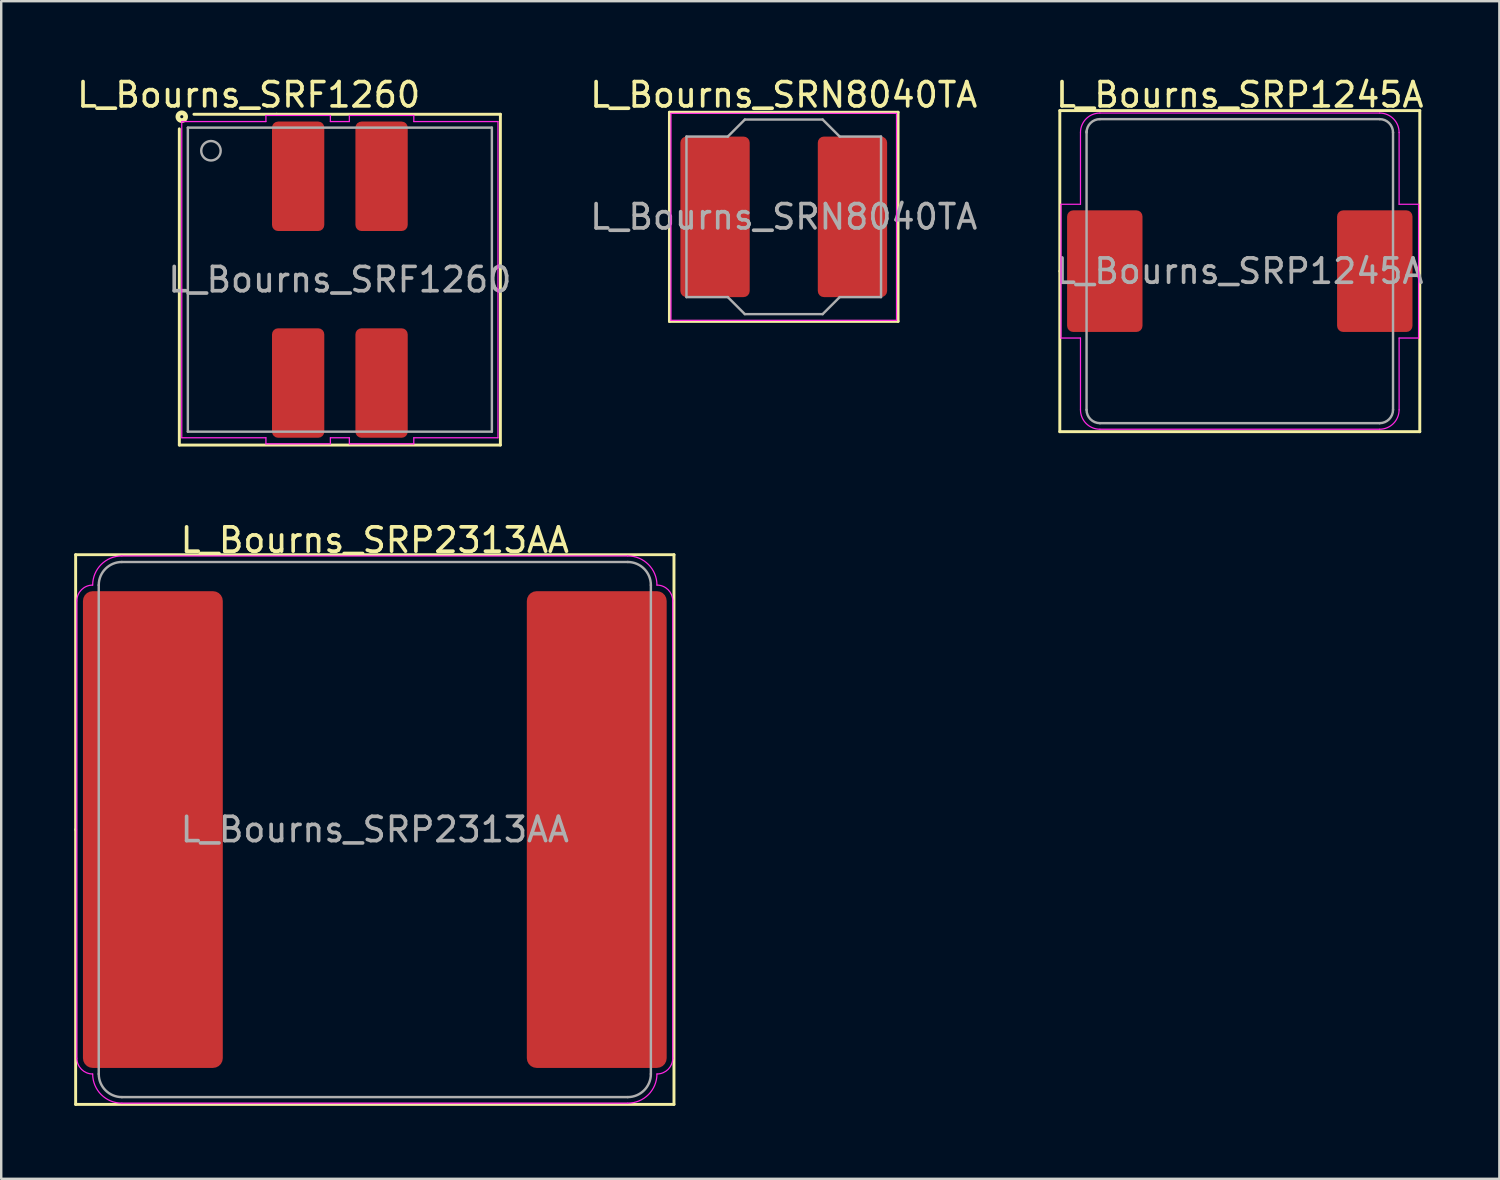
<source format=kicad_pcb>
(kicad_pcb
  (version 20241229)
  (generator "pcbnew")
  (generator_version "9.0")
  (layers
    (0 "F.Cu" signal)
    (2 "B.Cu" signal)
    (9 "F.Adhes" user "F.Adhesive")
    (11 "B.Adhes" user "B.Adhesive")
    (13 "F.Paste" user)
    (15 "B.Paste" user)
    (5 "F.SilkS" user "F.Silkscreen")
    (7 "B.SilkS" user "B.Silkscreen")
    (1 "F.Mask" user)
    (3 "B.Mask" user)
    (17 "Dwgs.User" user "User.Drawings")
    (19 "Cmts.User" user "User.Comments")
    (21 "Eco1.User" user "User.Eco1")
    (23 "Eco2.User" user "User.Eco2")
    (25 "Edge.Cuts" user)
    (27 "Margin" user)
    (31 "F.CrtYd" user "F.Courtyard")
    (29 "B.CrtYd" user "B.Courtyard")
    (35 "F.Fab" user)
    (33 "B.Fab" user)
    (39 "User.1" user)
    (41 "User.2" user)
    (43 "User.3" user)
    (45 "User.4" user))
  (footprint "L_Bourns_SRP2313AA"
    (layer "F.Cu")
    (at 12.36 31.056)
    (property "Reference" "L_Bourns_SRP2313AA" (at 0 -11.9 0) (layer "F.SilkS") (effects (font (size 1 1) (thickness 0.15))))
    (attr smd)
    (fp_line (start -12.3 -11.3) (end 12.3 -11.3) (stroke (width 0.12) (type solid)) (layer "F.SilkS"))
    (fp_line (start -12.3 0) (end -12.3 -11.3) (stroke (width 0.12) (type solid)) (layer "F.SilkS"))
    (fp_line (start -12.3 11.3) (end -12.3 0) (stroke (width 0.12) (type solid)) (layer "F.SilkS"))
    (fp_line (start 12.3 -11.3) (end 12.3 11.3) (stroke (width 0.12) (type solid)) (layer "F.SilkS"))
    (fp_line (start 12.3 11.3) (end -12.3 11.3) (stroke (width 0.12) (type solid)) (layer "F.SilkS"))
    (fp_line (start -12.25 9.4) (end -12.25 -9.4) (stroke (width 0.05) (type solid)) (layer "F.CrtYd"))
    (fp_line (start -10.4 -11.25) (end 10.4 -11.25) (stroke (width 0.05) (type solid)) (layer "F.CrtYd"))
    (fp_line (start 10.4 11.25) (end -10.4 11.25) (stroke (width 0.05) (type solid)) (layer "F.CrtYd"))
    (fp_line (start 12.25 -9.4) (end 12.25 9.4) (stroke (width 0.05) (type solid)) (layer "F.CrtYd"))
    (fp_arc (start -12.25 -9.4) (mid -12.059619 -9.859619) (end -11.6 -10.05) (stroke (width 0.05) (type solid)) (layer "F.CrtYd"))
    (fp_arc (start -11.6 -10.05) (mid -11.248528 -10.898528) (end -10.4 -11.25) (stroke (width 0.05) (type solid)) (layer "F.CrtYd"))
    (fp_arc (start -11.6 10.05) (mid -12.059619 9.859619) (end -12.25 9.4) (stroke (width 0.05) (type solid)) (layer "F.CrtYd"))
    (fp_arc (start -10.4 11.25) (mid -11.248528 10.898528) (end -11.6 10.05) (stroke (width 0.05) (type solid)) (layer "F.CrtYd"))
    (fp_arc (start 10.4 -11.25) (mid 11.248528 -10.898528) (end 11.6 -10.05) (stroke (width 0.05) (type solid)) (layer "F.CrtYd"))
    (fp_arc (start 11.6 -10.05) (mid 12.059619 -9.859619) (end 12.25 -9.4) (stroke (width 0.05) (type solid)) (layer "F.CrtYd"))
    (fp_arc (start 11.6 10.05) (mid 11.248528 10.898528) (end 10.4 11.25) (stroke (width 0.05) (type solid)) (layer "F.CrtYd"))
    (fp_arc (start 12.25 9.4) (mid 12.059619 9.859619) (end 11.6 10.05) (stroke (width 0.05) (type solid)) (layer "F.CrtYd"))
    (fp_line (start -11.35 -10.05) (end -11.35 10.05) (stroke (width 0.1) (type solid)) (layer "F.Fab"))
    (fp_line (start -10.4 -11) (end 10.4 -11) (stroke (width 0.1) (type solid)) (layer "F.Fab"))
    (fp_line (start 10.4 11) (end -10.4 11) (stroke (width 0.1) (type solid)) (layer "F.Fab"))
    (fp_line (start 11.35 -10.05) (end 11.35 10.05) (stroke (width 0.1) (type solid)) (layer "F.Fab"))
    (fp_arc (start -11.35 -10.05) (mid -11.071751 -10.721751) (end -10.4 -11) (stroke (width 0.1) (type solid)) (layer "F.Fab"))
    (fp_arc (start -10.4 11) (mid -11.071751 10.721751) (end -11.35 10.05) (stroke (width 0.1) (type solid)) (layer "F.Fab"))
    (fp_arc (start 10.4 -11) (mid 11.071751 -10.721751) (end 11.35 -10.05) (stroke (width 0.1) (type solid)) (layer "F.Fab"))
    (fp_arc (start 11.35 10.05) (mid 11.071751 10.721751) (end 10.4 11) (stroke (width 0.1) (type solid)) (layer "F.Fab"))
    (fp_text user "${REFERENCE}" (at 0 0 0) (layer "F.Fab") (effects (font (size 1 1) (thickness 0.15))))
    (pad "1" smd roundrect (at -9.125 0) (size 5.75 19.6) (layers "F.Cu" "F.Mask" "F.Paste") (roundrect_rratio 0.07))
    (pad "2" smd roundrect (at 9.125 0) (size 5.75 19.6) (layers "F.Cu" "F.Mask" "F.Paste") (roundrect_rratio 0.07)))
  (footprint "L_Bourns_SRP1245A"
    (layer "F.Cu")
    (at 47.923 8.098)
    (property "Reference" "L_Bourns_SRP1245A" (at 0 -7.25 0) (layer "F.SilkS") (effects (font (size 1 1) (thickness 0.15))))
    (attr smd)
    (fp_line (start -7.4 -6.6) (end 7.4 -6.6) (stroke (width 0.12) (type solid)) (layer "F.SilkS"))
    (fp_line (start -7.4 0) (end -7.4 -6.6) (stroke (width 0.12) (type solid)) (layer "F.SilkS"))
    (fp_line (start -7.4 6.6) (end -7.4 0) (stroke (width 0.12) (type solid)) (layer "F.SilkS"))
    (fp_line (start 7.4 -6.6) (end 7.4 6.6) (stroke (width 0.12) (type solid)) (layer "F.SilkS"))
    (fp_line (start 7.4 6.6) (end -7.4 6.6) (stroke (width 0.12) (type solid)) (layer "F.SilkS"))
    (fp_line (start -7.35 -2.75) (end -6.55 -2.75) (stroke (width 0.05) (type solid)) (layer "F.CrtYd"))
    (fp_line (start -7.35 2.75) (end -7.35 -2.75) (stroke (width 0.05) (type solid)) (layer "F.CrtYd"))
    (fp_line (start -7.35 2.75) (end -6.55 2.75) (stroke (width 0.05) (type solid)) (layer "F.CrtYd"))
    (fp_line (start -6.55 -2.75) (end -6.55 -5.7) (stroke (width 0.05) (type solid)) (layer "F.CrtYd"))
    (fp_line (start -6.55 5.7) (end -6.55 2.75) (stroke (width 0.05) (type solid)) (layer "F.CrtYd"))
    (fp_line (start -5.75 -6.5) (end 5.75 -6.5) (stroke (width 0.05) (type solid)) (layer "F.CrtYd"))
    (fp_line (start 5.75 6.5) (end -5.75 6.5) (stroke (width 0.05) (type solid)) (layer "F.CrtYd"))
    (fp_line (start 6.55 -5.7) (end 6.55 -2.75) (stroke (width 0.05) (type solid)) (layer "F.CrtYd"))
    (fp_line (start 6.55 2.75) (end 6.55 5.7) (stroke (width 0.05) (type solid)) (layer "F.CrtYd"))
    (fp_line (start 7.35 -2.75) (end 6.55 -2.75) (stroke (width 0.05) (type solid)) (layer "F.CrtYd"))
    (fp_line (start 7.35 -2.75) (end 7.35 2.75) (stroke (width 0.05) (type solid)) (layer "F.CrtYd"))
    (fp_line (start 7.35 2.75) (end 6.55 2.75) (stroke (width 0.05) (type solid)) (layer "F.CrtYd"))
    (fp_arc (start -6.55 -5.7) (mid -6.315685 -6.265685) (end -5.75 -6.5) (stroke (width 0.05) (type solid)) (layer "F.CrtYd"))
    (fp_arc (start -5.75 6.5) (mid -6.315685 6.265685) (end -6.55 5.7) (stroke (width 0.05) (type solid)) (layer "F.CrtYd"))
    (fp_arc (start 5.75 -6.5) (mid 6.315685 -6.265685) (end 6.55 -5.7) (stroke (width 0.05) (type solid)) (layer "F.CrtYd"))
    (fp_arc (start 6.55 5.7) (mid 6.315685 6.265685) (end 5.75 6.5) (stroke (width 0.05) (type solid)) (layer "F.CrtYd"))
    (fp_line (start -6.3 -5.75) (end -6.3 5.7) (stroke (width 0.1) (type solid)) (layer "F.Fab"))
    (fp_line (start -5.75 -6.25) (end 5.75 -6.25) (stroke (width 0.1) (type solid)) (layer "F.Fab"))
    (fp_line (start 5.75 6.25) (end -5.75 6.25) (stroke (width 0.1) (type solid)) (layer "F.Fab"))
    (fp_line (start 6.3 -5.7) (end 6.3 5.7) (stroke (width 0.1) (type solid)) (layer "F.Fab"))
    (fp_arc (start -6.3 -5.7) (mid -6.138909 -6.088909) (end -5.75 -6.25) (stroke (width 0.1) (type solid)) (layer "F.Fab"))
    (fp_arc (start -5.75 6.25) (mid -6.138909 6.088909) (end -6.3 5.7) (stroke (width 0.1) (type solid)) (layer "F.Fab"))
    (fp_arc (start 5.75 -6.25) (mid 6.138909 -6.088909) (end 6.3 -5.7) (stroke (width 0.1) (type solid)) (layer "F.Fab"))
    (fp_arc (start 6.3 5.7) (mid 6.138909 6.088909) (end 5.75 6.25) (stroke (width 0.1) (type solid)) (layer "F.Fab"))
    (fp_text user "${REFERENCE}" (at 0 0 0) (layer "F.Fab") (effects (font (size 1 1) (thickness 0.15))))
    (pad "1" smd roundrect (at -5.55 0) (size 3.1 5) (layers "F.Cu" "F.Mask" "F.Paste") (roundrect_rratio 0.081))
    (pad "2" smd roundrect (at 5.55 0) (size 3.1 5) (layers "F.Cu" "F.Mask" "F.Paste") (roundrect_rratio 0.081)))
  (footprint "L_Bourns_SRF1260"
    (layer "F.Cu")
    (at 10.923 8.448)
    (property "Reference" "L_Bourns_SRF1260" (at -3.75 -7.6 0) (layer "F.SilkS") (effects (font (size 1 1) (thickness 0.15))))
    (attr smd)
    (fp_line (start -6.6 6.8) (end -6.6 -6.2) (stroke (width 0.12) (type solid)) (layer "F.SilkS"))
    (fp_line (start -6 -6.8) (end -2.6 -6.8) (stroke (width 0.12) (type solid)) (layer "F.SilkS"))
    (fp_line (start -2.6 -6.8) (end 6.6 -6.8) (stroke (width 0.12) (type solid)) (layer "F.SilkS"))
    (fp_line (start 6.6 -6.8) (end 6.6 6.8) (stroke (width 0.12) (type solid)) (layer "F.SilkS"))
    (fp_line (start 6.6 6.8) (end -6.6 6.8) (stroke (width 0.12) (type solid)) (layer "F.SilkS"))
    (fp_circle (center -6.5 -6.7) (end -6.436 -6.7) (stroke (width 0.13) (type solid)) (fill no) (layer "F.SilkS"))
    (fp_circle (center -6.5 -6.7) (end -6.309 -6.7) (stroke (width 0.13) (type solid)) (fill no) (layer "F.SilkS"))
    (fp_line (start -6.5 -6.5) (end -6.5 6.5) (stroke (width 0.05) (type solid)) (layer "F.CrtYd"))
    (fp_line (start -6.5 -6.5) (end -3.04 -6.5) (stroke (width 0.05) (type solid)) (layer "F.CrtYd"))
    (fp_line (start -6.5 6.5) (end -3.04 6.5) (stroke (width 0.05) (type solid)) (layer "F.CrtYd"))
    (fp_line (start -3.04 -6.75) (end -0.39 -6.75) (stroke (width 0.05) (type solid)) (layer "F.CrtYd"))
    (fp_line (start -3.04 -6.5) (end -3.04 -6.75) (stroke (width 0.05) (type solid)) (layer "F.CrtYd"))
    (fp_line (start -3.04 6.5) (end -3.04 6.75) (stroke (width 0.05) (type solid)) (layer "F.CrtYd"))
    (fp_line (start -3.04 6.75) (end -0.39 6.75) (stroke (width 0.05) (type solid)) (layer "F.CrtYd"))
    (fp_line (start -0.39 -6.75) (end -0.39 -6.5) (stroke (width 0.05) (type solid)) (layer "F.CrtYd"))
    (fp_line (start -0.39 -6.5) (end 0.39 -6.5) (stroke (width 0.05) (type solid)) (layer "F.CrtYd"))
    (fp_line (start -0.39 6.5) (end 0.39 6.5) (stroke (width 0.05) (type solid)) (layer "F.CrtYd"))
    (fp_line (start -0.39 6.75) (end -0.39 6.5) (stroke (width 0.05) (type solid)) (layer "F.CrtYd"))
    (fp_line (start 0.39 -6.75) (end 3.04 -6.75) (stroke (width 0.05) (type solid)) (layer "F.CrtYd"))
    (fp_line (start 0.39 -6.5) (end 0.39 -6.75) (stroke (width 0.05) (type solid)) (layer "F.CrtYd"))
    (fp_line (start 0.39 6.5) (end 0.39 6.75) (stroke (width 0.05) (type solid)) (layer "F.CrtYd"))
    (fp_line (start 0.39 6.75) (end 3.04 6.75) (stroke (width 0.05) (type solid)) (layer "F.CrtYd"))
    (fp_line (start 3.04 -6.75) (end 3.04 -6.5) (stroke (width 0.05) (type solid)) (layer "F.CrtYd"))
    (fp_line (start 3.04 -6.5) (end 6.5 -6.5) (stroke (width 0.05) (type solid)) (layer "F.CrtYd"))
    (fp_line (start 3.04 6.5) (end 6.5 6.5) (stroke (width 0.05) (type solid)) (layer "F.CrtYd"))
    (fp_line (start 3.04 6.75) (end 3.04 6.5) (stroke (width 0.05) (type solid)) (layer "F.CrtYd"))
    (fp_line (start 6.5 -6.5) (end 6.5 6.5) (stroke (width 0.05) (type solid)) (layer "F.CrtYd"))
    (fp_line (start -6.25 -6.25) (end 6.25 -6.25) (stroke (width 0.1) (type solid)) (layer "F.Fab"))
    (fp_line (start -6.25 6.25) (end -6.25 -6.25) (stroke (width 0.1) (type solid)) (layer "F.Fab"))
    (fp_line (start 6.25 -6.25) (end 6.25 6.25) (stroke (width 0.1) (type solid)) (layer "F.Fab"))
    (fp_line (start 6.25 6.25) (end -6.25 6.25) (stroke (width 0.1) (type solid)) (layer "F.Fab"))
    (fp_circle (center -5.3 -5.3) (end -4.9 -5.3) (stroke (width 0.1) (type solid)) (fill no) (layer "F.Fab"))
    (fp_text user "${REFERENCE}" (at 0 0 0) (layer "F.Fab") (effects (font (size 1 1) (thickness 0.15))))
    (pad "1" smd roundrect (at -1.715 -4.25) (size 2.15 4.5) (layers "F.Cu" "F.Mask" "F.Paste") (roundrect_rratio 0.116))
    (pad "2" smd roundrect (at 1.715 -4.25) (size 2.15 4.5) (layers "F.Cu" "F.Mask" "F.Paste") (roundrect_rratio 0.116))
    (pad "3" smd roundrect (at 1.715 4.25) (size 2.15 4.5) (layers "F.Cu" "F.Mask" "F.Paste") (roundrect_rratio 0.116))
    (pad "4" smd roundrect (at -1.715 4.25) (size 2.15 4.5) (layers "F.Cu" "F.Mask" "F.Paste") (roundrect_rratio 0.116)))
  (footprint "L_Bourns_SRN8040TA"
    (layer "F.Cu")
    (at 29.173 5.865)
    (property "Reference" "L_Bourns_SRN8040TA" (at 0 -5.016 180) (layer "F.SilkS") (effects (font (size 1 1) (thickness 0.15))))
    (attr smd)
    (fp_line (start -4.7 -4.3) (end -4.7 4.3) (stroke (width 0.12) (type solid)) (layer "F.SilkS"))
    (fp_line (start -4.7 4.3) (end 4.7 4.3) (stroke (width 0.12) (type solid)) (layer "F.SilkS"))
    (fp_line (start 4.7 -4.3) (end -4.7 -4.3) (stroke (width 0.12) (type solid)) (layer "F.SilkS"))
    (fp_line (start 4.7 4.3) (end 4.7 -4.3) (stroke (width 0.12) (type solid)) (layer "F.SilkS"))
    (fp_line (start -4.636 -4.255) (end -4.636 4.255) (stroke (width 0.05) (type solid)) (layer "F.CrtYd"))
    (fp_line (start -4.636 4.255) (end 4.636 4.255) (stroke (width 0.05) (type solid)) (layer "F.CrtYd"))
    (fp_line (start 4.636 -4.255) (end -4.636 -4.255) (stroke (width 0.05) (type solid)) (layer "F.CrtYd"))
    (fp_line (start 4.636 4.25) (end 4.636 -4.25) (stroke (width 0.05) (type solid)) (layer "F.CrtYd"))
    (fp_line (start -4 3.3) (end -4 -3.3) (stroke (width 0.1) (type solid)) (layer "F.Fab"))
    (fp_line (start -2.3 -3.3) (end -4 -3.3) (stroke (width 0.1) (type solid)) (layer "F.Fab"))
    (fp_line (start -2.3 3.3) (end -4 3.3) (stroke (width 0.1) (type solid)) (layer "F.Fab"))
    (fp_line (start -1.6 -4) (end -2.3 -3.3) (stroke (width 0.1) (type solid)) (layer "F.Fab"))
    (fp_line (start -1.6 4) (end -2.3 3.3) (stroke (width 0.1) (type solid)) (layer "F.Fab"))
    (fp_line (start 1.6 -4) (end -1.6 -4) (stroke (width 0.1) (type solid)) (layer "F.Fab"))
    (fp_line (start 1.6 -4) (end 2.3 -3.3) (stroke (width 0.1) (type solid)) (layer "F.Fab"))
    (fp_line (start 1.6 4) (end -1.6 4) (stroke (width 0.1) (type solid)) (layer "F.Fab"))
    (fp_line (start 1.6 4) (end 2.3 3.3) (stroke (width 0.1) (type solid)) (layer "F.Fab"))
    (fp_line (start 2.3 -3.3) (end 4 -3.3) (stroke (width 0.1) (type solid)) (layer "F.Fab"))
    (fp_line (start 2.3 3.3) (end 4 3.3) (stroke (width 0.1) (type solid)) (layer "F.Fab"))
    (fp_line (start 4 -3.3) (end 4 3.3) (stroke (width 0.1) (type solid)) (layer "F.Fab"))
    (fp_text user "${REFERENCE}" (at 0 0 0) (layer "F.Fab") (effects (font (size 1 1) (thickness 0.15))))
    (pad "1" smd roundrect (at -2.825 0 270) (size 6.6 2.85) (layers "F.Cu" "F.Mask" "F.Paste") (roundrect_rratio 0.088))
    (pad "2" smd roundrect (at 2.825 0 270) (size 6.6 2.85) (layers "F.Cu" "F.Mask" "F.Paste") (roundrect_rratio 0.088)))
  (gr_rect
    (start -3 -3)
    (end 58.595 45.416)
    (stroke (width 0.1) (type default))
    (fill no)
    (layer "Edge.Cuts")))
</source>
